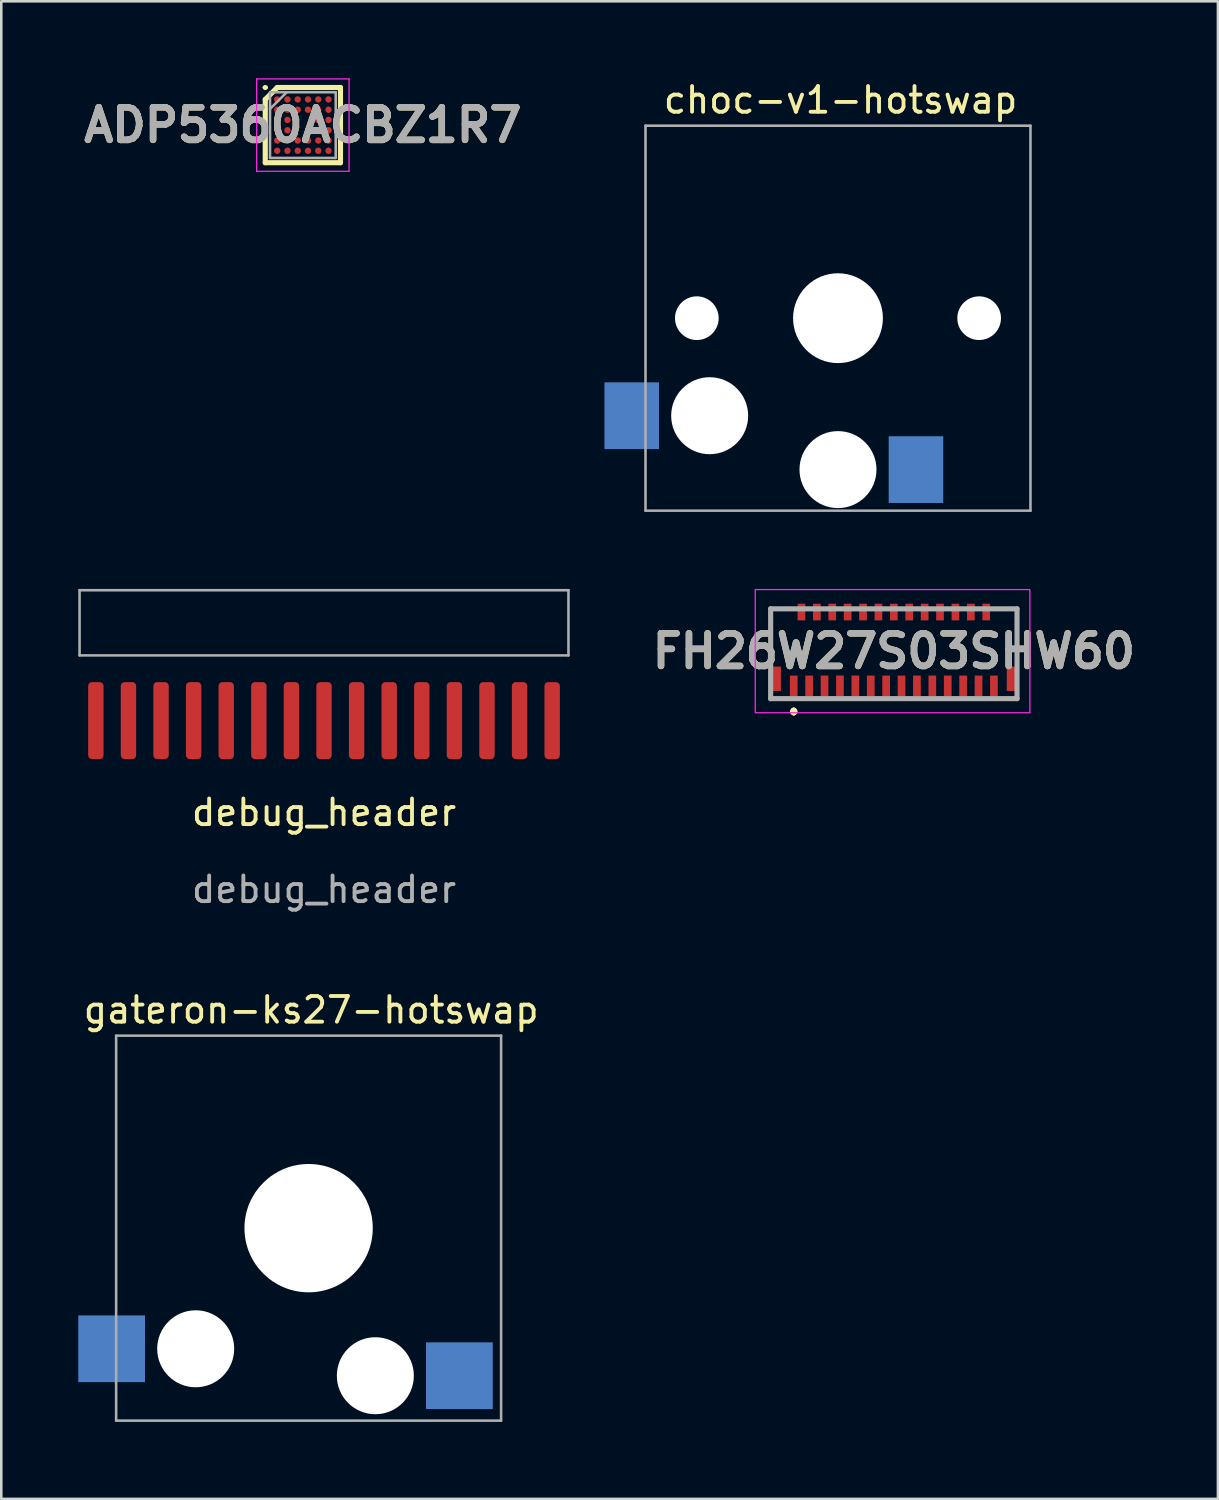
<source format=kicad_pcb>
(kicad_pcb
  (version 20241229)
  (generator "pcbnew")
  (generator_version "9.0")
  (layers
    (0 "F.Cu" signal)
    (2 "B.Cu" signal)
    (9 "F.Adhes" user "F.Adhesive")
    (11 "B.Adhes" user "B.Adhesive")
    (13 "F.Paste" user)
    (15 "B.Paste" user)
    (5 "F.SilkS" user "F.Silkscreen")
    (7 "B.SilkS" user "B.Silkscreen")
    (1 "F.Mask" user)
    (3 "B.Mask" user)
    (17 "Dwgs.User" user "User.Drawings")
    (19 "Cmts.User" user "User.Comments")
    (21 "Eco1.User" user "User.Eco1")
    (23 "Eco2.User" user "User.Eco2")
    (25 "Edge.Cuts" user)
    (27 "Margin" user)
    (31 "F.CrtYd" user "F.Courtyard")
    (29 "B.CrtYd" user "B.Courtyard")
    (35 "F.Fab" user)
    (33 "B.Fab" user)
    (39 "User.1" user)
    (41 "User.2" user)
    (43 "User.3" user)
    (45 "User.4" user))
  (footprint "choc-v1-hotswap"
    (layer "F.Cu")
    (at 29.602 9.348)
    (property "Reference" "choc-v1-hotswap" (at 0.1 -8.5 0) (unlocked yes) (layer "F.SilkS") (effects (font (size 1 1) (thickness 0.15))))
    (attr through_hole)
    (fp_line (start -7 -7) (end -7 7) (stroke (width 0.12) (type solid)) (layer "Eco2.User"))
    (fp_line (start -7 7) (end 7 7) (stroke (width 0.12) (type solid)) (layer "Eco2.User"))
    (fp_line (start -2.5 -6.3) (end -2.5 -3.1) (stroke (width 0.12) (type solid)) (layer "Eco2.User"))
    (fp_line (start 2.5 -6.3) (end -2.5 -6.3) (stroke (width 0.12) (type solid)) (layer "Eco2.User"))
    (fp_line (start 2.5 -6.3) (end 2.5 -3.1) (stroke (width 0.12) (type solid)) (layer "Eco2.User"))
    (fp_line (start 2.5 -3.1) (end -2.5 -3.1) (stroke (width 0.12) (type solid)) (layer "Eco2.User"))
    (fp_line (start 7 -7) (end -7 -7) (stroke (width 0.12) (type solid)) (layer "Eco2.User"))
    (fp_line (start 7 7) (end 7 -7) (stroke (width 0.12) (type solid)) (layer "Eco2.User"))
    (fp_line (start -7.5 -7.5) (end -7.5 7.5) (stroke (width 0.1) (type solid)) (layer "F.Fab"))
    (fp_line (start -7.5 7.5) (end 7.5 7.5) (stroke (width 0.1) (type solid)) (layer "F.Fab"))
    (fp_line (start 7.5 -7.5) (end -7.5 -7.5) (stroke (width 0.1) (type solid)) (layer "F.Fab"))
    (fp_line (start 7.5 7.5) (end 7.5 -7.5) (stroke (width 0.1) (type solid)) (layer "F.Fab"))
    (pad "" np_thru_hole circle (at -5.5 0) (size 1.702 1.702) (drill 1.702) (layers "*.Cu" "*.Mask"))
    (pad "" np_thru_hole circle (at -5 3.8) (size 3 3) (drill 3) (layers "*.Cu" "*.Mask"))
    (pad "" np_thru_hole circle (at 0 0) (size 3.5 3.5) (drill 3.5) (layers "*.Cu" "*.Mask"))
    (pad "" np_thru_hole circle (at 0 5.9) (size 3 3) (drill 3) (layers "*.Cu" "*.Mask"))
    (pad "" np_thru_hole circle (at 5.5 0) (size 1.702 1.702) (drill 1.702) (layers "*.Cu" "*.Mask"))
    (pad "1" smd rect (at -8.037 3.8) (size 2.125 2.6) (layers "B.Cu" "B.Mask" "B.Paste"))
    (pad "2" smd rect (at 3.038 5.9) (size 2.125 2.6) (layers "B.Cu" "B.Mask" "B.Paste")))
  (footprint "debug_header"
    (layer "F.Cu")
    (at 9.575 25.028)
    (property "Reference" "debug_header" (at 0 3.58 0) (unlocked yes) (layer "F.SilkS") (effects (font (size 1 1) (thickness 0.15))))
    (attr smd)
    (fp_line (start -9.525 -5.08) (end -9.525 -2.54) (stroke (width 0.1) (type default)) (layer "F.Fab"))
    (fp_line (start 9.525 -5.08) (end -9.525 -5.08) (stroke (width 0.1) (type default)) (layer "F.Fab"))
    (fp_line (start 9.525 -2.54) (end -9.525 -2.54) (stroke (width 0.1) (type default)) (layer "F.Fab"))
    (fp_line (start 9.525 -2.54) (end 9.525 -5.08) (stroke (width 0.1) (type default)) (layer "F.Fab"))
    (fp_text user "${REFERENCE}" (at 0 6.58 0) (unlocked yes) (layer "F.Fab") (effects (font (size 1 1) (thickness 0.15))))
    (pad "1" smd roundrect (at -8.89 0 90) (size 3 0.6) (layers "F.Cu" "F.Mask" "F.Paste") (roundrect_rratio 0.25))
    (pad "2" smd roundrect (at -7.62 0 90) (size 3 0.6) (layers "F.Cu" "F.Mask" "F.Paste") (roundrect_rratio 0.25))
    (pad "3" smd roundrect (at -6.35 0 90) (size 3 0.6) (layers "F.Cu" "F.Mask" "F.Paste") (roundrect_rratio 0.25))
    (pad "4" smd roundrect (at -5.08 0 90) (size 3 0.6) (layers "F.Cu" "F.Mask" "F.Paste") (roundrect_rratio 0.25))
    (pad "5" smd roundrect (at -3.81 0 90) (size 3 0.6) (layers "F.Cu" "F.Mask" "F.Paste") (roundrect_rratio 0.25))
    (pad "6" smd roundrect (at -2.54 0 90) (size 3 0.6) (layers "F.Cu" "F.Mask" "F.Paste") (roundrect_rratio 0.25))
    (pad "7" smd roundrect (at -1.27 0 90) (size 3 0.6) (layers "F.Cu" "F.Mask" "F.Paste") (roundrect_rratio 0.25))
    (pad "8" smd roundrect (at 0 0 90) (size 3 0.6) (layers "F.Cu" "F.Mask" "F.Paste") (roundrect_rratio 0.25))
    (pad "9" smd roundrect (at 1.27 0 90) (size 3 0.6) (layers "F.Cu" "F.Mask" "F.Paste") (roundrect_rratio 0.25))
    (pad "10" smd roundrect (at 2.54 0 90) (size 3 0.6) (layers "F.Cu" "F.Mask" "F.Paste") (roundrect_rratio 0.25))
    (pad "11" smd roundrect (at 3.81 0 90) (size 3 0.6) (layers "F.Cu" "F.Mask" "F.Paste") (roundrect_rratio 0.25))
    (pad "12" smd roundrect (at 5.08 0 90) (size 3 0.6) (layers "F.Cu" "F.Mask" "F.Paste") (roundrect_rratio 0.25))
    (pad "13" smd roundrect (at 6.35 0 90) (size 3 0.6) (layers "F.Cu" "F.Mask" "F.Paste") (roundrect_rratio 0.25))
    (pad "14" smd roundrect (at 7.62 0 90) (size 3 0.6) (layers "F.Cu" "F.Mask" "F.Paste") (roundrect_rratio 0.25))
    (pad "15" smd roundrect (at 8.89 0 90) (size 3 0.6) (layers "F.Cu" "F.Mask" "F.Paste") (roundrect_rratio 0.25)))
  (footprint "FH26W27S03SHW60"
    (layer "F.Cu")
    (at 31.778 22.323)
    (property "Reference" "FH26W27S03SHW60" (at 0 0 0) (layer "F.SilkS") (effects (font (size 1.27 1.27) (thickness 0.254))))
    (attr smd)
    (fp_line (start -4.8 -1.65) (end -4.8 -1.65) (stroke (width 0.1) (type solid)) (layer "F.SilkS"))
    (fp_line (start -4.8 -1.65) (end -4.8 -1.65) (stroke (width 0.1) (type solid)) (layer "F.SilkS"))
    (fp_line (start -4.8 -1.65) (end -4.8 -0.15) (stroke (width 0.1) (type solid)) (layer "F.SilkS"))
    (fp_line (start -4.8 -1.65) (end -4.5 -1.65) (stroke (width 0.1) (type solid)) (layer "F.SilkS"))
    (fp_line (start -4.8 -0.15) (end -4.8 -1.65) (stroke (width 0.1) (type solid)) (layer "F.SilkS"))
    (fp_line (start -4.8 -0.15) (end -4.8 -0.15) (stroke (width 0.1) (type solid)) (layer "F.SilkS"))
    (fp_line (start -4.5 -1.65) (end -4.8 -1.65) (stroke (width 0.1) (type solid)) (layer "F.SilkS"))
    (fp_line (start -4.5 -1.65) (end -4.5 -1.65) (stroke (width 0.1) (type solid)) (layer "F.SilkS"))
    (fp_line (start -3.9 2.3) (end -3.9 2.3) (stroke (width 0.2) (type solid)) (layer "F.SilkS"))
    (fp_line (start -3.9 2.3) (end -3.9 2.4) (stroke (width 0.2) (type solid)) (layer "F.SilkS"))
    (fp_line (start -3.9 2.4) (end -3.9 2.4) (stroke (width 0.2) (type solid)) (layer "F.SilkS"))
    (fp_line (start 4.5 -1.65) (end 4.5 -1.65) (stroke (width 0.1) (type solid)) (layer "F.SilkS"))
    (fp_line (start 4.5 -1.65) (end 4.8 -1.65) (stroke (width 0.1) (type solid)) (layer "F.SilkS"))
    (fp_line (start 4.8 -1.65) (end 4.5 -1.65) (stroke (width 0.1) (type solid)) (layer "F.SilkS"))
    (fp_line (start 4.8 -1.65) (end 4.8 -1.65) (stroke (width 0.1) (type solid)) (layer "F.SilkS"))
    (fp_line (start 4.8 -1.65) (end 4.8 -1.65) (stroke (width 0.1) (type solid)) (layer "F.SilkS"))
    (fp_line (start 4.8 -1.65) (end 4.8 -0.15) (stroke (width 0.1) (type solid)) (layer "F.SilkS"))
    (fp_line (start 4.8 -0.15) (end 4.8 -1.65) (stroke (width 0.1) (type solid)) (layer "F.SilkS"))
    (fp_line (start 4.8 -0.15) (end 4.8 -0.15) (stroke (width 0.1) (type solid)) (layer "F.SilkS"))
    (fp_arc (start -3.9 2.3) (mid -3.85 2.35) (end -3.9 2.4) (stroke (width 0.2) (type solid)) (layer "F.SilkS"))
    (fp_arc (start -3.9 2.4) (mid -3.95 2.35) (end -3.9 2.3) (stroke (width 0.2) (type solid)) (layer "F.SilkS"))
    (fp_rect (start -5.4 -2.4) (end 5.3 2.4) (stroke (width 0.05) (type default)) (fill no) (layer "F.CrtYd"))
    (fp_line (start -4.8 -1.65) (end -4.8 1.85) (stroke (width 0.2) (type solid)) (layer "F.Fab"))
    (fp_line (start -4.8 1.85) (end 4.8 1.85) (stroke (width 0.2) (type solid)) (layer "F.Fab"))
    (fp_line (start 4.8 -1.65) (end -4.8 -1.65) (stroke (width 0.2) (type solid)) (layer "F.Fab"))
    (fp_line (start 4.8 1.85) (end 4.8 -1.65) (stroke (width 0.2) (type solid)) (layer "F.Fab"))
    (fp_text user "${REFERENCE}" (at 0 0 0) (layer "F.Fab") (effects (font (size 1.27 1.27) (thickness 0.254))))
    (pad "1" smd rect (at -3.9 1.35) (size 0.3 0.8) (layers "F.Cu" "F.Mask" "F.Paste"))
    (pad "2" smd rect (at -3.6 -1.525) (size 0.3 0.65) (layers "F.Cu" "F.Mask" "F.Paste"))
    (pad "3" smd rect (at -3.3 1.35) (size 0.3 0.8) (layers "F.Cu" "F.Mask" "F.Paste"))
    (pad "4" smd rect (at -3 -1.525) (size 0.3 0.65) (layers "F.Cu" "F.Mask" "F.Paste"))
    (pad "5" smd rect (at -2.7 1.35) (size 0.3 0.8) (layers "F.Cu" "F.Mask" "F.Paste"))
    (pad "6" smd rect (at -2.4 -1.525) (size 0.3 0.65) (layers "F.Cu" "F.Mask" "F.Paste"))
    (pad "7" smd rect (at -2.1 1.35) (size 0.3 0.8) (layers "F.Cu" "F.Mask" "F.Paste"))
    (pad "8" smd rect (at -1.8 -1.525) (size 0.3 0.65) (layers "F.Cu" "F.Mask" "F.Paste"))
    (pad "9" smd rect (at -1.5 1.35) (size 0.3 0.8) (layers "F.Cu" "F.Mask" "F.Paste"))
    (pad "10" smd rect (at -1.2 -1.525) (size 0.3 0.65) (layers "F.Cu" "F.Mask" "F.Paste"))
    (pad "11" smd rect (at -0.9 1.35) (size 0.3 0.8) (layers "F.Cu" "F.Mask" "F.Paste"))
    (pad "12" smd rect (at -0.6 -1.525) (size 0.3 0.65) (layers "F.Cu" "F.Mask" "F.Paste"))
    (pad "13" smd rect (at -0.3 1.35) (size 0.3 0.8) (layers "F.Cu" "F.Mask" "F.Paste"))
    (pad "14" smd rect (at 0 -1.525) (size 0.3 0.65) (layers "F.Cu" "F.Mask" "F.Paste"))
    (pad "15" smd rect (at 0.3 1.35) (size 0.3 0.8) (layers "F.Cu" "F.Mask" "F.Paste"))
    (pad "16" smd rect (at 0.6 -1.525) (size 0.3 0.65) (layers "F.Cu" "F.Mask" "F.Paste"))
    (pad "17" smd rect (at 0.9 1.35) (size 0.3 0.8) (layers "F.Cu" "F.Mask" "F.Paste"))
    (pad "18" smd rect (at 1.2 -1.525) (size 0.3 0.65) (layers "F.Cu" "F.Mask" "F.Paste"))
    (pad "19" smd rect (at 1.5 1.35) (size 0.3 0.8) (layers "F.Cu" "F.Mask" "F.Paste"))
    (pad "20" smd rect (at 1.8 -1.525) (size 0.3 0.65) (layers "F.Cu" "F.Mask" "F.Paste"))
    (pad "21" smd rect (at 2.1 1.35) (size 0.3 0.8) (layers "F.Cu" "F.Mask" "F.Paste"))
    (pad "22" smd rect (at 2.4 -1.525) (size 0.3 0.65) (layers "F.Cu" "F.Mask" "F.Paste"))
    (pad "23" smd rect (at 2.7 1.35) (size 0.3 0.8) (layers "F.Cu" "F.Mask" "F.Paste"))
    (pad "24" smd rect (at 3 -1.525) (size 0.3 0.65) (layers "F.Cu" "F.Mask" "F.Paste"))
    (pad "25" smd rect (at 3.3 1.35) (size 0.3 0.8) (layers "F.Cu" "F.Mask" "F.Paste"))
    (pad "26" smd rect (at 3.6 -1.525) (size 0.3 0.65) (layers "F.Cu" "F.Mask" "F.Paste"))
    (pad "27" smd rect (at 3.9 1.35) (size 0.3 0.8) (layers "F.Cu" "F.Mask" "F.Paste"))
    (pad "MP1" smd rect (at -4.6 1.075) (size 0.4 0.95) (layers "F.Cu" "F.Mask" "F.Paste"))
    (pad "MP2" smd rect (at 4.6 1.075) (size 0.4 0.95) (layers "F.Cu" "F.Mask" "F.Paste")))
  (footprint "ADP5360ACBZ1R7"
    (layer "F.Cu")
    (at 8.751 1.825)
    (property "Reference" "ADP5360ACBZ1R7" (at 0 0 0) (layer "F.SilkS") (effects (font (size 1.27 1.27) (thickness 0.254))))
    (attr smd)
    (fp_line (start -1.515 -1.465) (end -1.515 -1.465) (stroke (width 0.1) (type solid)) (layer "F.SilkS"))
    (fp_line (start -1.465 -1) (end -1 -1.465) (stroke (width 0.2) (type solid)) (layer "F.SilkS"))
    (fp_line (start -1.465 1.465) (end -1.465 -1) (stroke (width 0.2) (type solid)) (layer "F.SilkS"))
    (fp_line (start -1.415 -1.465) (end -1.415 -1.465) (stroke (width 0.1) (type solid)) (layer "F.SilkS"))
    (fp_line (start -1 -1.465) (end 1.465 -1.465) (stroke (width 0.2) (type solid)) (layer "F.SilkS"))
    (fp_line (start 1.465 -1.465) (end 1.465 1.465) (stroke (width 0.2) (type solid)) (layer "F.SilkS"))
    (fp_line (start 1.465 1.465) (end -1.465 1.465) (stroke (width 0.2) (type solid)) (layer "F.SilkS"))
    (fp_arc (start -1.515 -1.465) (mid -1.465 -1.515) (end -1.415 -1.465) (stroke (width 0.1) (type solid)) (layer "F.SilkS"))
    (fp_arc (start -1.415 -1.465) (mid -1.465 -1.415) (end -1.515 -1.465) (stroke (width 0.1) (type solid)) (layer "F.SilkS"))
    (fp_line (start -1.8 -1.8) (end 1.8 -1.8) (stroke (width 0.05) (type solid)) (layer "F.CrtYd"))
    (fp_line (start -1.8 1.8) (end -1.8 -1.8) (stroke (width 0.05) (type solid)) (layer "F.CrtYd"))
    (fp_line (start 1.8 -1.8) (end 1.8 1.8) (stroke (width 0.05) (type solid)) (layer "F.CrtYd"))
    (fp_line (start 1.8 1.8) (end -1.8 1.8) (stroke (width 0.05) (type solid)) (layer "F.CrtYd"))
    (fp_line (start -1.28 -1.28) (end 1.28 -1.28) (stroke (width 0.1) (type solid)) (layer "F.Fab"))
    (fp_line (start -1.28 -0.63) (end -0.63 -1.28) (stroke (width 0.1) (type solid)) (layer "F.Fab"))
    (fp_line (start -1.28 1.28) (end -1.28 -1.28) (stroke (width 0.1) (type solid)) (layer "F.Fab"))
    (fp_line (start 1.28 -1.28) (end 1.28 1.28) (stroke (width 0.1) (type solid)) (layer "F.Fab"))
    (fp_line (start 1.28 1.28) (end -1.28 1.28) (stroke (width 0.1) (type solid)) (layer "F.Fab"))
    (fp_text user "${REFERENCE}" (at 0 0 0) (layer "F.Fab") (effects (font (size 1.27 1.27) (thickness 0.254))))
    (pad "A1" smd circle (at -1 -1) (size 0.25 0.25) (layers "F.Cu" "F.Mask" "F.Paste"))
    (pad "A2" smd circle (at -0.6 -1) (size 0.25 0.25) (layers "F.Cu" "F.Mask" "F.Paste"))
    (pad "A3" smd circle (at -0.2 -1) (size 0.25 0.25) (layers "F.Cu" "F.Mask" "F.Paste"))
    (pad "A4" smd circle (at 0.2 -1) (size 0.25 0.25) (layers "F.Cu" "F.Mask" "F.Paste"))
    (pad "A5" smd circle (at 0.6 -1) (size 0.25 0.25) (layers "F.Cu" "F.Mask" "F.Paste"))
    (pad "A6" smd circle (at 1 -1) (size 0.25 0.25) (layers "F.Cu" "F.Mask" "F.Paste"))
    (pad "B1" smd circle (at -1 -0.6) (size 0.25 0.25) (layers "F.Cu" "F.Mask" "F.Paste"))
    (pad "B2" smd circle (at -0.6 -0.6) (size 0.25 0.25) (layers "F.Cu" "F.Mask" "F.Paste"))
    (pad "B3" smd circle (at -0.2 -0.6) (size 0.25 0.25) (layers "F.Cu" "F.Mask" "F.Paste"))
    (pad "B4" smd circle (at 0.2 -0.6) (size 0.25 0.25) (layers "F.Cu" "F.Mask" "F.Paste"))
    (pad "B5" smd circle (at 0.6 -0.6) (size 0.25 0.25) (layers "F.Cu" "F.Mask" "F.Paste"))
    (pad "B6" smd circle (at 1 -0.6) (size 0.25 0.25) (layers "F.Cu" "F.Mask" "F.Paste"))
    (pad "C1" smd circle (at -1 -0.2) (size 0.25 0.25) (layers "F.Cu" "F.Mask" "F.Paste"))
    (pad "C2" smd circle (at -0.6 -0.2) (size 0.25 0.25) (layers "F.Cu" "F.Mask" "F.Paste"))
    (pad "C5" smd circle (at 0.6 -0.2) (size 0.25 0.25) (layers "F.Cu" "F.Mask" "F.Paste"))
    (pad "C6" smd circle (at 1 -0.2) (size 0.25 0.25) (layers "F.Cu" "F.Mask" "F.Paste"))
    (pad "D1" smd circle (at -1 0.2) (size 0.25 0.25) (layers "F.Cu" "F.Mask" "F.Paste"))
    (pad "D2" smd circle (at -0.6 0.2) (size 0.25 0.25) (layers "F.Cu" "F.Mask" "F.Paste"))
    (pad "D5" smd circle (at 0.6 0.2) (size 0.25 0.25) (layers "F.Cu" "F.Mask" "F.Paste"))
    (pad "D6" smd circle (at 1 0.2) (size 0.25 0.25) (layers "F.Cu" "F.Mask" "F.Paste"))
    (pad "E1" smd circle (at -1 0.6) (size 0.25 0.25) (layers "F.Cu" "F.Mask" "F.Paste"))
    (pad "E2" smd circle (at -0.6 0.6) (size 0.25 0.25) (layers "F.Cu" "F.Mask" "F.Paste"))
    (pad "E3" smd circle (at -0.2 0.6) (size 0.25 0.25) (layers "F.Cu" "F.Mask" "F.Paste"))
    (pad "E4" smd circle (at 0.2 0.6) (size 0.25 0.25) (layers "F.Cu" "F.Mask" "F.Paste"))
    (pad "E5" smd circle (at 0.6 0.6) (size 0.25 0.25) (layers "F.Cu" "F.Mask" "F.Paste"))
    (pad "E6" smd circle (at 1 0.6) (size 0.25 0.25) (layers "F.Cu" "F.Mask" "F.Paste"))
    (pad "F1" smd circle (at -1 1) (size 0.25 0.25) (layers "F.Cu" "F.Mask" "F.Paste"))
    (pad "F2" smd circle (at -0.6 1) (size 0.25 0.25) (layers "F.Cu" "F.Mask" "F.Paste"))
    (pad "F3" smd circle (at -0.2 1) (size 0.25 0.25) (layers "F.Cu" "F.Mask" "F.Paste"))
    (pad "F4" smd circle (at 0.2 1) (size 0.25 0.25) (layers "F.Cu" "F.Mask" "F.Paste"))
    (pad "F5" smd circle (at 0.6 1) (size 0.25 0.25) (layers "F.Cu" "F.Mask" "F.Paste"))
    (pad "F6" smd circle (at 1 1) (size 0.25 0.25) (layers "F.Cu" "F.Mask" "F.Paste")))
  (footprint "gateron-ks27-hotswap"
    (layer "F.Cu")
    (at 8.975 44.805)
    (property "Reference" "gateron-ks27-hotswap" (at 0.1 -8.5 0) (unlocked yes) (layer "F.SilkS") (effects (font (size 1 1) (thickness 0.15))))
    (attr through_hole)
    (fp_line (start -7 -7) (end -7 7) (stroke (width 0.12) (type solid)) (layer "Eco2.User"))
    (fp_line (start -7 7) (end 7 7) (stroke (width 0.12) (type solid)) (layer "Eco2.User"))
    (fp_line (start -3.2 -6.3) (end -3.2 -3.1) (stroke (width 0.12) (type solid)) (layer "Eco2.User"))
    (fp_line (start 1.8 -6.3) (end -3.2 -6.3) (stroke (width 0.12) (type solid)) (layer "Eco2.User"))
    (fp_line (start 1.8 -6.3) (end 1.8 -3.1) (stroke (width 0.12) (type solid)) (layer "Eco2.User"))
    (fp_line (start 1.8 -3.1) (end -3.2 -3.1) (stroke (width 0.12) (type solid)) (layer "Eco2.User"))
    (fp_line (start 7 -7) (end -7 -7) (stroke (width 0.12) (type solid)) (layer "Eco2.User"))
    (fp_line (start 7 7) (end 7 -7) (stroke (width 0.12) (type solid)) (layer "Eco2.User"))
    (fp_line (start -7.5 -7.5) (end -7.5 7.5) (stroke (width 0.1) (type solid)) (layer "F.Fab"))
    (fp_line (start -7.5 7.5) (end 7.5 7.5) (stroke (width 0.1) (type solid)) (layer "F.Fab"))
    (fp_line (start 7.5 -7.5) (end -7.5 -7.5) (stroke (width 0.1) (type solid)) (layer "F.Fab"))
    (fp_line (start 7.5 7.5) (end 7.5 -7.5) (stroke (width 0.1) (type solid)) (layer "F.Fab"))
    (pad "" np_thru_hole circle (at -4.4 4.7) (size 3 3) (drill 3) (layers "*.Cu" "*.Mask"))
    (pad "" np_thru_hole circle (at 0 0) (size 5 5) (drill 5) (layers "*.Cu" "*.Mask"))
    (pad "" np_thru_hole circle (at 2.6 5.75) (size 3 3) (drill 3) (layers "*.Cu" "*.Mask"))
    (pad "1" smd rect (at -7.675 4.7) (size 2.6 2.6) (layers "B.Cu" "B.Mask" "B.Paste"))
    (pad "2" smd rect (at 5.875 5.75) (size 2.6 2.6) (layers "B.Cu" "B.Mask" "B.Paste")))
  (gr_rect
    (start -3 -3)
    (end 44.406 55.355)
    (stroke (width 0.1) (type default))
    (fill no)
    (layer "Edge.Cuts")))
</source>
